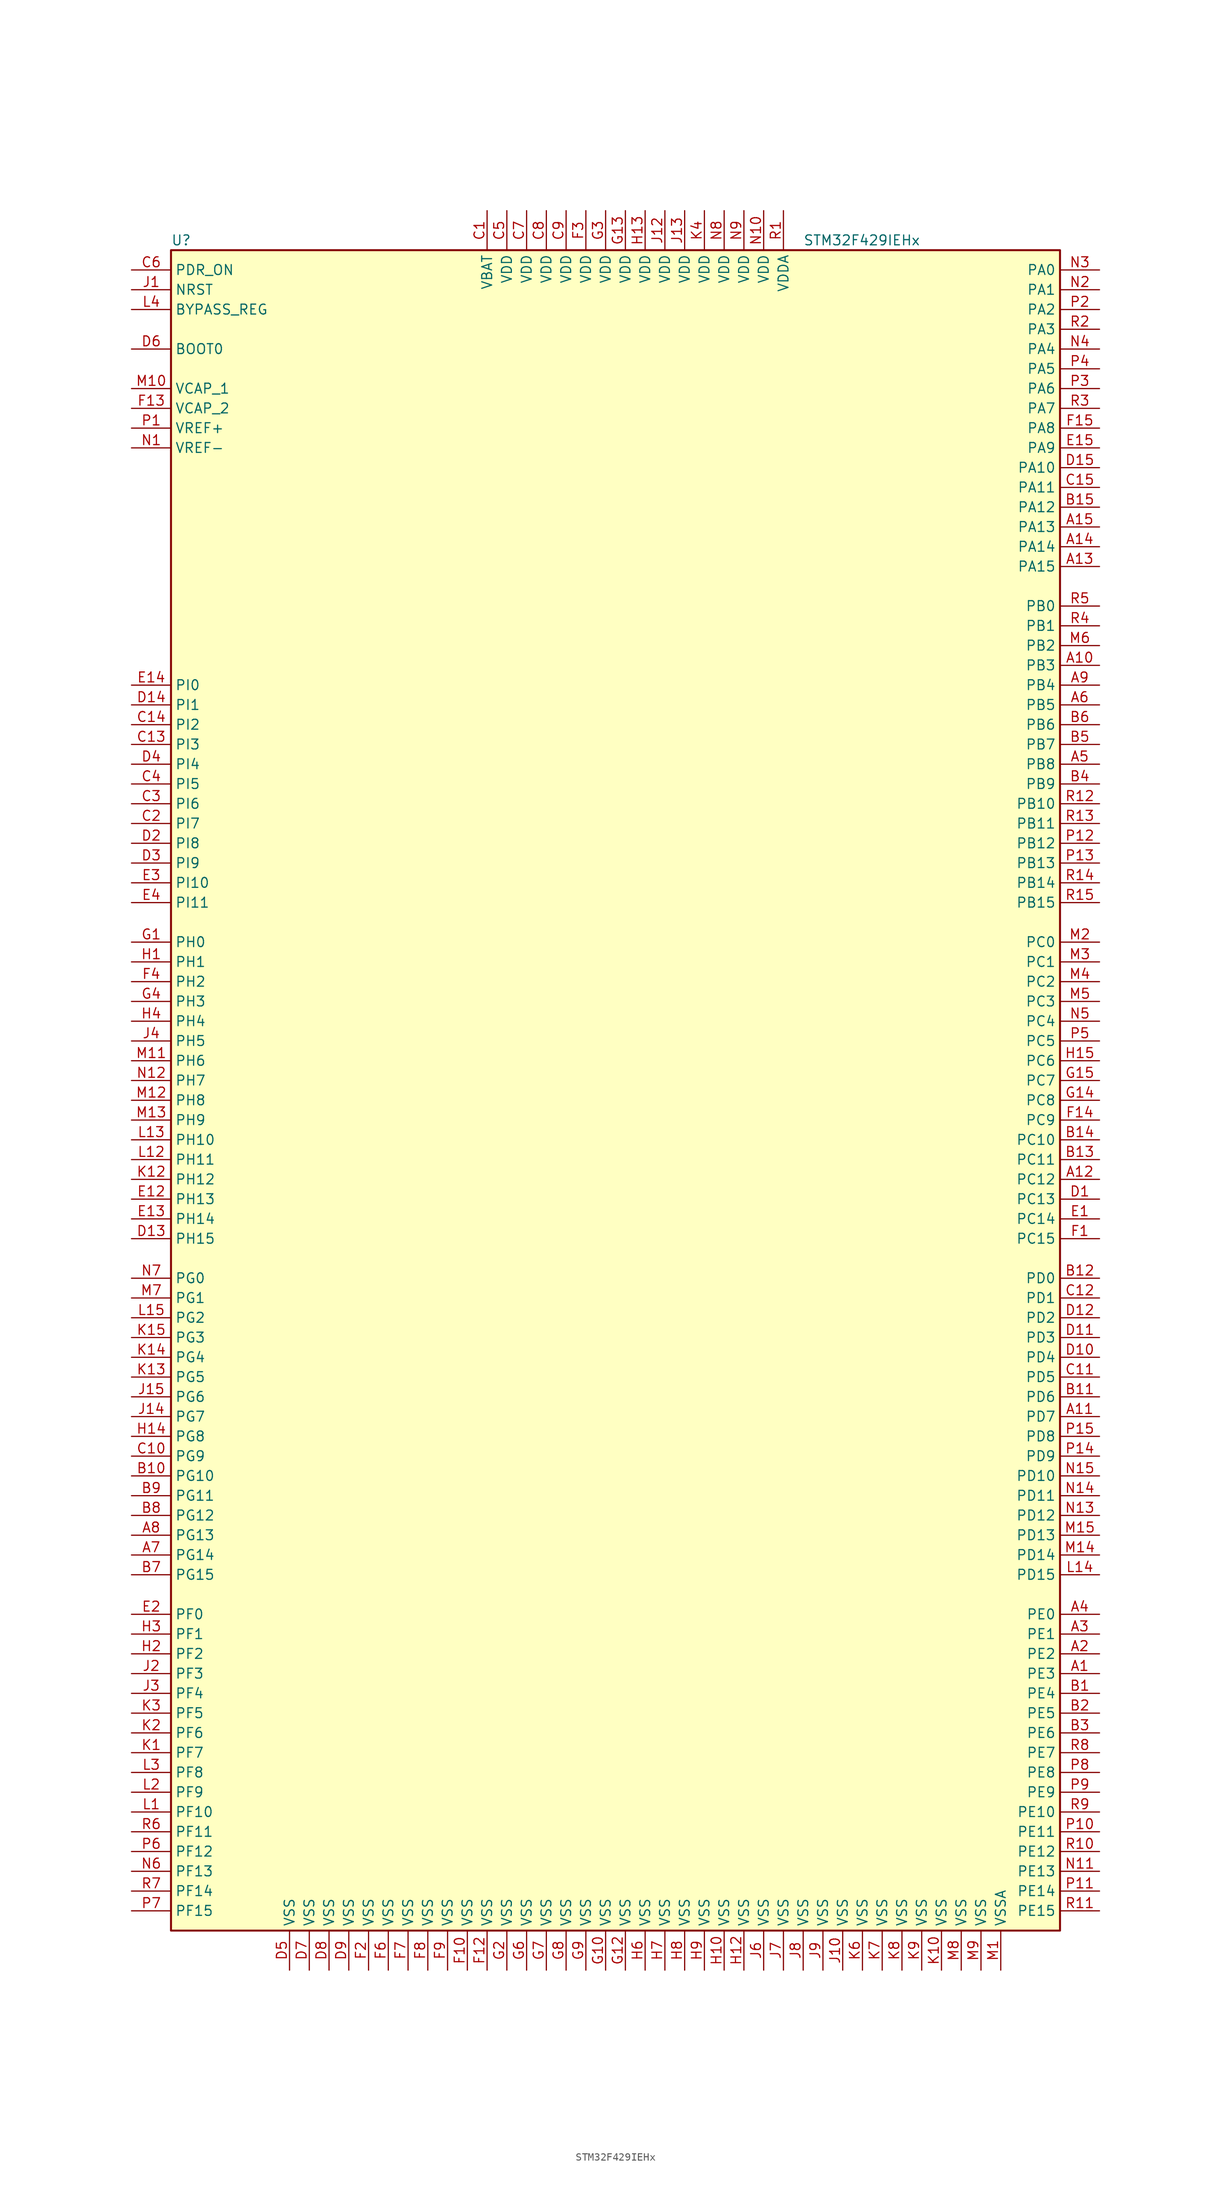
<source format=kicad_sym>
(kicad_symbol_lib
  (version 20201005)
  (generator kicad_symbol_editor)
  (symbol "STM32F429IEHx"
    (property "Reference" "U"
      (at -58.42 107.95 0)
      (effects (font (size 1.27 1.27)) (justify left)))
    (property "Value" "STM32F429IEHx"
      (at 22.86 107.95 0)
      (effects (font (size 1.27 1.27)) (justify left)))
    (symbol "STM32F429IEHx_0_1"
      (rectangle (start -58.42 -109.22) (end 55.88 106.68) (stroke (width 0.254)) (fill (type background))))
    (symbol "STM32F429IEHx_1_1"
      (pin bidirectional line (at 60.96 -76.2 180) (length 5.08) (name "PE3" (effects (font (size 1.27 1.27)))) (number "A1" (effects (font (size 1.27 1.27)))))
      (pin bidirectional line (at 60.96 53.34 180) (length 5.08) (name "PB3" (effects (font (size 1.27 1.27)))) (number "A10" (effects (font (size 1.27 1.27)))))
      (pin bidirectional line (at 60.96 -43.18 180) (length 5.08) (name "PD7" (effects (font (size 1.27 1.27)))) (number "A11" (effects (font (size 1.27 1.27)))))
      (pin bidirectional line (at 60.96 -12.7 180) (length 5.08) (name "PC12" (effects (font (size 1.27 1.27)))) (number "A12" (effects (font (size 1.27 1.27)))))
      (pin bidirectional line (at 60.96 66.04 180) (length 5.08) (name "PA15" (effects (font (size 1.27 1.27)))) (number "A13" (effects (font (size 1.27 1.27)))))
      (pin bidirectional line (at 60.96 68.58 180) (length 5.08) (name "PA14" (effects (font (size 1.27 1.27)))) (number "A14" (effects (font (size 1.27 1.27)))))
      (pin bidirectional line (at 60.96 71.12 180) (length 5.08) (name "PA13" (effects (font (size 1.27 1.27)))) (number "A15" (effects (font (size 1.27 1.27)))))
      (pin bidirectional line (at 60.96 -73.66 180) (length 5.08) (name "PE2" (effects (font (size 1.27 1.27)))) (number "A2" (effects (font (size 1.27 1.27)))))
      (pin bidirectional line (at 60.96 -71.12 180) (length 5.08) (name "PE1" (effects (font (size 1.27 1.27)))) (number "A3" (effects (font (size 1.27 1.27)))))
      (pin bidirectional line (at 60.96 -68.58 180) (length 5.08) (name "PE0" (effects (font (size 1.27 1.27)))) (number "A4" (effects (font (size 1.27 1.27)))))
      (pin bidirectional line (at 60.96 40.64 180) (length 5.08) (name "PB8" (effects (font (size 1.27 1.27)))) (number "A5" (effects (font (size 1.27 1.27)))))
      (pin bidirectional line (at 60.96 48.26 180) (length 5.08) (name "PB5" (effects (font (size 1.27 1.27)))) (number "A6" (effects (font (size 1.27 1.27)))))
      (pin bidirectional line (at -63.5 -60.96 0) (length 5.08) (name "PG14" (effects (font (size 1.27 1.27)))) (number "A7" (effects (font (size 1.27 1.27)))))
      (pin bidirectional line (at -63.5 -58.42 0) (length 5.08) (name "PG13" (effects (font (size 1.27 1.27)))) (number "A8" (effects (font (size 1.27 1.27)))))
      (pin bidirectional line (at 60.96 50.8 180) (length 5.08) (name "PB4" (effects (font (size 1.27 1.27)))) (number "A9" (effects (font (size 1.27 1.27)))))
      (pin bidirectional line (at 60.96 -78.74 180) (length 5.08) (name "PE4" (effects (font (size 1.27 1.27)))) (number "B1" (effects (font (size 1.27 1.27)))))
      (pin bidirectional line (at -63.5 -50.8 0) (length 5.08) (name "PG10" (effects (font (size 1.27 1.27)))) (number "B10" (effects (font (size 1.27 1.27)))))
      (pin bidirectional line (at 60.96 -40.64 180) (length 5.08) (name "PD6" (effects (font (size 1.27 1.27)))) (number "B11" (effects (font (size 1.27 1.27)))))
      (pin bidirectional line (at 60.96 -25.4 180) (length 5.08) (name "PD0" (effects (font (size 1.27 1.27)))) (number "B12" (effects (font (size 1.27 1.27)))))
      (pin bidirectional line (at 60.96 -10.16 180) (length 5.08) (name "PC11" (effects (font (size 1.27 1.27)))) (number "B13" (effects (font (size 1.27 1.27)))))
      (pin bidirectional line (at 60.96 -7.62 180) (length 5.08) (name "PC10" (effects (font (size 1.27 1.27)))) (number "B14" (effects (font (size 1.27 1.27)))))
      (pin bidirectional line (at 60.96 73.66 180) (length 5.08) (name "PA12" (effects (font (size 1.27 1.27)))) (number "B15" (effects (font (size 1.27 1.27)))))
      (pin bidirectional line (at 60.96 -81.28 180) (length 5.08) (name "PE5" (effects (font (size 1.27 1.27)))) (number "B2" (effects (font (size 1.27 1.27)))))
      (pin bidirectional line (at 60.96 -83.82 180) (length 5.08) (name "PE6" (effects (font (size 1.27 1.27)))) (number "B3" (effects (font (size 1.27 1.27)))))
      (pin bidirectional line (at 60.96 38.1 180) (length 5.08) (name "PB9" (effects (font (size 1.27 1.27)))) (number "B4" (effects (font (size 1.27 1.27)))))
      (pin bidirectional line (at 60.96 43.18 180) (length 5.08) (name "PB7" (effects (font (size 1.27 1.27)))) (number "B5" (effects (font (size 1.27 1.27)))))
      (pin bidirectional line (at 60.96 45.72 180) (length 5.08) (name "PB6" (effects (font (size 1.27 1.27)))) (number "B6" (effects (font (size 1.27 1.27)))))
      (pin bidirectional line (at -63.5 -63.5 0) (length 5.08) (name "PG15" (effects (font (size 1.27 1.27)))) (number "B7" (effects (font (size 1.27 1.27)))))
      (pin bidirectional line (at -63.5 -55.88 0) (length 5.08) (name "PG12" (effects (font (size 1.27 1.27)))) (number "B8" (effects (font (size 1.27 1.27)))))
      (pin bidirectional line (at -63.5 -53.34 0) (length 5.08) (name "PG11" (effects (font (size 1.27 1.27)))) (number "B9" (effects (font (size 1.27 1.27)))))
      (pin power_in line (at -17.78 111.76 270) (length 5.08) (name "VBAT" (effects (font (size 1.27 1.27)))) (number "C1" (effects (font (size 1.27 1.27)))))
      (pin bidirectional line (at -63.5 -48.26 0) (length 5.08) (name "PG9" (effects (font (size 1.27 1.27)))) (number "C10" (effects (font (size 1.27 1.27)))))
      (pin bidirectional line (at 60.96 -38.1 180) (length 5.08) (name "PD5" (effects (font (size 1.27 1.27)))) (number "C11" (effects (font (size 1.27 1.27)))))
      (pin bidirectional line (at 60.96 -27.94 180) (length 5.08) (name "PD1" (effects (font (size 1.27 1.27)))) (number "C12" (effects (font (size 1.27 1.27)))))
      (pin bidirectional line (at -63.5 43.18 0) (length 5.08) (name "PI3" (effects (font (size 1.27 1.27)))) (number "C13" (effects (font (size 1.27 1.27)))))
      (pin bidirectional line (at -63.5 45.72 0) (length 5.08) (name "PI2" (effects (font (size 1.27 1.27)))) (number "C14" (effects (font (size 1.27 1.27)))))
      (pin bidirectional line (at 60.96 76.2 180) (length 5.08) (name "PA11" (effects (font (size 1.27 1.27)))) (number "C15" (effects (font (size 1.27 1.27)))))
      (pin bidirectional line (at -63.5 33.02 0) (length 5.08) (name "PI7" (effects (font (size 1.27 1.27)))) (number "C2" (effects (font (size 1.27 1.27)))))
      (pin bidirectional line (at -63.5 35.56 0) (length 5.08) (name "PI6" (effects (font (size 1.27 1.27)))) (number "C3" (effects (font (size 1.27 1.27)))))
      (pin bidirectional line (at -63.5 38.1 0) (length 5.08) (name "PI5" (effects (font (size 1.27 1.27)))) (number "C4" (effects (font (size 1.27 1.27)))))
      (pin power_in line (at -15.24 111.76 270) (length 5.08) (name "VDD" (effects (font (size 1.27 1.27)))) (number "C5" (effects (font (size 1.27 1.27)))))
      (pin input line (at -63.5 104.14 0) (length 5.08) (name "PDR_ON" (effects (font (size 1.27 1.27)))) (number "C6" (effects (font (size 1.27 1.27)))))
      (pin power_in line (at -12.7 111.76 270) (length 5.08) (name "VDD" (effects (font (size 1.27 1.27)))) (number "C7" (effects (font (size 1.27 1.27)))))
      (pin power_in line (at -10.16 111.76 270) (length 5.08) (name "VDD" (effects (font (size 1.27 1.27)))) (number "C8" (effects (font (size 1.27 1.27)))))
      (pin power_in line (at -7.62 111.76 270) (length 5.08) (name "VDD" (effects (font (size 1.27 1.27)))) (number "C9" (effects (font (size 1.27 1.27)))))
      (pin bidirectional line (at 60.96 -15.24 180) (length 5.08) (name "PC13" (effects (font (size 1.27 1.27)))) (number "D1" (effects (font (size 1.27 1.27)))))
      (pin bidirectional line (at 60.96 -35.56 180) (length 5.08) (name "PD4" (effects (font (size 1.27 1.27)))) (number "D10" (effects (font (size 1.27 1.27)))))
      (pin bidirectional line (at 60.96 -33.02 180) (length 5.08) (name "PD3" (effects (font (size 1.27 1.27)))) (number "D11" (effects (font (size 1.27 1.27)))))
      (pin bidirectional line (at 60.96 -30.48 180) (length 5.08) (name "PD2" (effects (font (size 1.27 1.27)))) (number "D12" (effects (font (size 1.27 1.27)))))
      (pin bidirectional line (at -63.5 -20.32 0) (length 5.08) (name "PH15" (effects (font (size 1.27 1.27)))) (number "D13" (effects (font (size 1.27 1.27)))))
      (pin bidirectional line (at -63.5 48.26 0) (length 5.08) (name "PI1" (effects (font (size 1.27 1.27)))) (number "D14" (effects (font (size 1.27 1.27)))))
      (pin bidirectional line (at 60.96 78.74 180) (length 5.08) (name "PA10" (effects (font (size 1.27 1.27)))) (number "D15" (effects (font (size 1.27 1.27)))))
      (pin bidirectional line (at -63.5 30.48 0) (length 5.08) (name "PI8" (effects (font (size 1.27 1.27)))) (number "D2" (effects (font (size 1.27 1.27)))))
      (pin bidirectional line (at -63.5 27.94 0) (length 5.08) (name "PI9" (effects (font (size 1.27 1.27)))) (number "D3" (effects (font (size 1.27 1.27)))))
      (pin bidirectional line (at -63.5 40.64 0) (length 5.08) (name "PI4" (effects (font (size 1.27 1.27)))) (number "D4" (effects (font (size 1.27 1.27)))))
      (pin power_in line (at -43.18 -114.3 90) (length 5.08) (name "VSS" (effects (font (size 1.27 1.27)))) (number "D5" (effects (font (size 1.27 1.27)))))
      (pin input line (at -63.5 93.98 0) (length 5.08) (name "BOOT0" (effects (font (size 1.27 1.27)))) (number "D6" (effects (font (size 1.27 1.27)))))
      (pin power_in line (at -40.64 -114.3 90) (length 5.08) (name "VSS" (effects (font (size 1.27 1.27)))) (number "D7" (effects (font (size 1.27 1.27)))))
      (pin power_in line (at -38.1 -114.3 90) (length 5.08) (name "VSS" (effects (font (size 1.27 1.27)))) (number "D8" (effects (font (size 1.27 1.27)))))
      (pin power_in line (at -35.56 -114.3 90) (length 5.08) (name "VSS" (effects (font (size 1.27 1.27)))) (number "D9" (effects (font (size 1.27 1.27)))))
      (pin bidirectional line (at 60.96 -17.78 180) (length 5.08) (name "PC14" (effects (font (size 1.27 1.27)))) (number "E1" (effects (font (size 1.27 1.27)))))
      (pin bidirectional line (at -63.5 -15.24 0) (length 5.08) (name "PH13" (effects (font (size 1.27 1.27)))) (number "E12" (effects (font (size 1.27 1.27)))))
      (pin bidirectional line (at -63.5 -17.78 0) (length 5.08) (name "PH14" (effects (font (size 1.27 1.27)))) (number "E13" (effects (font (size 1.27 1.27)))))
      (pin bidirectional line (at -63.5 50.8 0) (length 5.08) (name "PI0" (effects (font (size 1.27 1.27)))) (number "E14" (effects (font (size 1.27 1.27)))))
      (pin bidirectional line (at 60.96 81.28 180) (length 5.08) (name "PA9" (effects (font (size 1.27 1.27)))) (number "E15" (effects (font (size 1.27 1.27)))))
      (pin bidirectional line (at -63.5 -68.58 0) (length 5.08) (name "PF0" (effects (font (size 1.27 1.27)))) (number "E2" (effects (font (size 1.27 1.27)))))
      (pin bidirectional line (at -63.5 25.4 0) (length 5.08) (name "PI10" (effects (font (size 1.27 1.27)))) (number "E3" (effects (font (size 1.27 1.27)))))
      (pin bidirectional line (at -63.5 22.86 0) (length 5.08) (name "PI11" (effects (font (size 1.27 1.27)))) (number "E4" (effects (font (size 1.27 1.27)))))
      (pin bidirectional line (at 60.96 -20.32 180) (length 5.08) (name "PC15" (effects (font (size 1.27 1.27)))) (number "F1" (effects (font (size 1.27 1.27)))))
      (pin power_in line (at -20.32 -114.3 90) (length 5.08) (name "VSS" (effects (font (size 1.27 1.27)))) (number "F10" (effects (font (size 1.27 1.27)))))
      (pin power_in line (at -17.78 -114.3 90) (length 5.08) (name "VSS" (effects (font (size 1.27 1.27)))) (number "F12" (effects (font (size 1.27 1.27)))))
      (pin power_in line (at -63.5 86.36 0) (length 5.08) (name "VCAP_2" (effects (font (size 1.27 1.27)))) (number "F13" (effects (font (size 1.27 1.27)))))
      (pin bidirectional line (at 60.96 -5.08 180) (length 5.08) (name "PC9" (effects (font (size 1.27 1.27)))) (number "F14" (effects (font (size 1.27 1.27)))))
      (pin bidirectional line (at 60.96 83.82 180) (length 5.08) (name "PA8" (effects (font (size 1.27 1.27)))) (number "F15" (effects (font (size 1.27 1.27)))))
      (pin power_in line (at -33.02 -114.3 90) (length 5.08) (name "VSS" (effects (font (size 1.27 1.27)))) (number "F2" (effects (font (size 1.27 1.27)))))
      (pin power_in line (at -5.08 111.76 270) (length 5.08) (name "VDD" (effects (font (size 1.27 1.27)))) (number "F3" (effects (font (size 1.27 1.27)))))
      (pin bidirectional line (at -63.5 12.7 0) (length 5.08) (name "PH2" (effects (font (size 1.27 1.27)))) (number "F4" (effects (font (size 1.27 1.27)))))
      (pin power_in line (at -30.48 -114.3 90) (length 5.08) (name "VSS" (effects (font (size 1.27 1.27)))) (number "F6" (effects (font (size 1.27 1.27)))))
      (pin power_in line (at -27.94 -114.3 90) (length 5.08) (name "VSS" (effects (font (size 1.27 1.27)))) (number "F7" (effects (font (size 1.27 1.27)))))
      (pin power_in line (at -25.4 -114.3 90) (length 5.08) (name "VSS" (effects (font (size 1.27 1.27)))) (number "F8" (effects (font (size 1.27 1.27)))))
      (pin power_in line (at -22.86 -114.3 90) (length 5.08) (name "VSS" (effects (font (size 1.27 1.27)))) (number "F9" (effects (font (size 1.27 1.27)))))
      (pin input line (at -63.5 17.78 0) (length 5.08) (name "PH0" (effects (font (size 1.27 1.27)))) (number "G1" (effects (font (size 1.27 1.27)))))
      (pin power_in line (at -2.54 -114.3 90) (length 5.08) (name "VSS" (effects (font (size 1.27 1.27)))) (number "G10" (effects (font (size 1.27 1.27)))))
      (pin power_in line (at 0 -114.3 90) (length 5.08) (name "VSS" (effects (font (size 1.27 1.27)))) (number "G12" (effects (font (size 1.27 1.27)))))
      (pin power_in line (at 0 111.76 270) (length 5.08) (name "VDD" (effects (font (size 1.27 1.27)))) (number "G13" (effects (font (size 1.27 1.27)))))
      (pin bidirectional line (at 60.96 -2.54 180) (length 5.08) (name "PC8" (effects (font (size 1.27 1.27)))) (number "G14" (effects (font (size 1.27 1.27)))))
      (pin bidirectional line (at 60.96 0 180) (length 5.08) (name "PC7" (effects (font (size 1.27 1.27)))) (number "G15" (effects (font (size 1.27 1.27)))))
      (pin power_in line (at -15.24 -114.3 90) (length 5.08) (name "VSS" (effects (font (size 1.27 1.27)))) (number "G2" (effects (font (size 1.27 1.27)))))
      (pin power_in line (at -2.54 111.76 270) (length 5.08) (name "VDD" (effects (font (size 1.27 1.27)))) (number "G3" (effects (font (size 1.27 1.27)))))
      (pin bidirectional line (at -63.5 10.16 0) (length 5.08) (name "PH3" (effects (font (size 1.27 1.27)))) (number "G4" (effects (font (size 1.27 1.27)))))
      (pin power_in line (at -12.7 -114.3 90) (length 5.08) (name "VSS" (effects (font (size 1.27 1.27)))) (number "G6" (effects (font (size 1.27 1.27)))))
      (pin power_in line (at -10.16 -114.3 90) (length 5.08) (name "VSS" (effects (font (size 1.27 1.27)))) (number "G7" (effects (font (size 1.27 1.27)))))
      (pin power_in line (at -7.62 -114.3 90) (length 5.08) (name "VSS" (effects (font (size 1.27 1.27)))) (number "G8" (effects (font (size 1.27 1.27)))))
      (pin power_in line (at -5.08 -114.3 90) (length 5.08) (name "VSS" (effects (font (size 1.27 1.27)))) (number "G9" (effects (font (size 1.27 1.27)))))
      (pin input line (at -63.5 15.24 0) (length 5.08) (name "PH1" (effects (font (size 1.27 1.27)))) (number "H1" (effects (font (size 1.27 1.27)))))
      (pin power_in line (at 12.7 -114.3 90) (length 5.08) (name "VSS" (effects (font (size 1.27 1.27)))) (number "H10" (effects (font (size 1.27 1.27)))))
      (pin power_in line (at 15.24 -114.3 90) (length 5.08) (name "VSS" (effects (font (size 1.27 1.27)))) (number "H12" (effects (font (size 1.27 1.27)))))
      (pin power_in line (at 2.54 111.76 270) (length 5.08) (name "VDD" (effects (font (size 1.27 1.27)))) (number "H13" (effects (font (size 1.27 1.27)))))
      (pin bidirectional line (at -63.5 -45.72 0) (length 5.08) (name "PG8" (effects (font (size 1.27 1.27)))) (number "H14" (effects (font (size 1.27 1.27)))))
      (pin bidirectional line (at 60.96 2.54 180) (length 5.08) (name "PC6" (effects (font (size 1.27 1.27)))) (number "H15" (effects (font (size 1.27 1.27)))))
      (pin bidirectional line (at -63.5 -73.66 0) (length 5.08) (name "PF2" (effects (font (size 1.27 1.27)))) (number "H2" (effects (font (size 1.27 1.27)))))
      (pin bidirectional line (at -63.5 -71.12 0) (length 5.08) (name "PF1" (effects (font (size 1.27 1.27)))) (number "H3" (effects (font (size 1.27 1.27)))))
      (pin bidirectional line (at -63.5 7.62 0) (length 5.08) (name "PH4" (effects (font (size 1.27 1.27)))) (number "H4" (effects (font (size 1.27 1.27)))))
      (pin power_in line (at 2.54 -114.3 90) (length 5.08) (name "VSS" (effects (font (size 1.27 1.27)))) (number "H6" (effects (font (size 1.27 1.27)))))
      (pin power_in line (at 5.08 -114.3 90) (length 5.08) (name "VSS" (effects (font (size 1.27 1.27)))) (number "H7" (effects (font (size 1.27 1.27)))))
      (pin power_in line (at 7.62 -114.3 90) (length 5.08) (name "VSS" (effects (font (size 1.27 1.27)))) (number "H8" (effects (font (size 1.27 1.27)))))
      (pin power_in line (at 10.16 -114.3 90) (length 5.08) (name "VSS" (effects (font (size 1.27 1.27)))) (number "H9" (effects (font (size 1.27 1.27)))))
      (pin input line (at -63.5 101.6 0) (length 5.08) (name "NRST" (effects (font (size 1.27 1.27)))) (number "J1" (effects (font (size 1.27 1.27)))))
      (pin power_in line (at 27.94 -114.3 90) (length 5.08) (name "VSS" (effects (font (size 1.27 1.27)))) (number "J10" (effects (font (size 1.27 1.27)))))
      (pin power_in line (at 5.08 111.76 270) (length 5.08) (name "VDD" (effects (font (size 1.27 1.27)))) (number "J12" (effects (font (size 1.27 1.27)))))
      (pin power_in line (at 7.62 111.76 270) (length 5.08) (name "VDD" (effects (font (size 1.27 1.27)))) (number "J13" (effects (font (size 1.27 1.27)))))
      (pin bidirectional line (at -63.5 -43.18 0) (length 5.08) (name "PG7" (effects (font (size 1.27 1.27)))) (number "J14" (effects (font (size 1.27 1.27)))))
      (pin bidirectional line (at -63.5 -40.64 0) (length 5.08) (name "PG6" (effects (font (size 1.27 1.27)))) (number "J15" (effects (font (size 1.27 1.27)))))
      (pin bidirectional line (at -63.5 -76.2 0) (length 5.08) (name "PF3" (effects (font (size 1.27 1.27)))) (number "J2" (effects (font (size 1.27 1.27)))))
      (pin bidirectional line (at -63.5 -78.74 0) (length 5.08) (name "PF4" (effects (font (size 1.27 1.27)))) (number "J3" (effects (font (size 1.27 1.27)))))
      (pin bidirectional line (at -63.5 5.08 0) (length 5.08) (name "PH5" (effects (font (size 1.27 1.27)))) (number "J4" (effects (font (size 1.27 1.27)))))
      (pin power_in line (at 17.78 -114.3 90) (length 5.08) (name "VSS" (effects (font (size 1.27 1.27)))) (number "J6" (effects (font (size 1.27 1.27)))))
      (pin power_in line (at 20.32 -114.3 90) (length 5.08) (name "VSS" (effects (font (size 1.27 1.27)))) (number "J7" (effects (font (size 1.27 1.27)))))
      (pin power_in line (at 22.86 -114.3 90) (length 5.08) (name "VSS" (effects (font (size 1.27 1.27)))) (number "J8" (effects (font (size 1.27 1.27)))))
      (pin power_in line (at 25.4 -114.3 90) (length 5.08) (name "VSS" (effects (font (size 1.27 1.27)))) (number "J9" (effects (font (size 1.27 1.27)))))
      (pin bidirectional line (at -63.5 -86.36 0) (length 5.08) (name "PF7" (effects (font (size 1.27 1.27)))) (number "K1" (effects (font (size 1.27 1.27)))))
      (pin power_in line (at 40.64 -114.3 90) (length 5.08) (name "VSS" (effects (font (size 1.27 1.27)))) (number "K10" (effects (font (size 1.27 1.27)))))
      (pin bidirectional line (at -63.5 -12.7 0) (length 5.08) (name "PH12" (effects (font (size 1.27 1.27)))) (number "K12" (effects (font (size 1.27 1.27)))))
      (pin bidirectional line (at -63.5 -38.1 0) (length 5.08) (name "PG5" (effects (font (size 1.27 1.27)))) (number "K13" (effects (font (size 1.27 1.27)))))
      (pin bidirectional line (at -63.5 -35.56 0) (length 5.08) (name "PG4" (effects (font (size 1.27 1.27)))) (number "K14" (effects (font (size 1.27 1.27)))))
      (pin bidirectional line (at -63.5 -33.02 0) (length 5.08) (name "PG3" (effects (font (size 1.27 1.27)))) (number "K15" (effects (font (size 1.27 1.27)))))
      (pin bidirectional line (at -63.5 -83.82 0) (length 5.08) (name "PF6" (effects (font (size 1.27 1.27)))) (number "K2" (effects (font (size 1.27 1.27)))))
      (pin bidirectional line (at -63.5 -81.28 0) (length 5.08) (name "PF5" (effects (font (size 1.27 1.27)))) (number "K3" (effects (font (size 1.27 1.27)))))
      (pin power_in line (at 10.16 111.76 270) (length 5.08) (name "VDD" (effects (font (size 1.27 1.27)))) (number "K4" (effects (font (size 1.27 1.27)))))
      (pin power_in line (at 30.48 -114.3 90) (length 5.08) (name "VSS" (effects (font (size 1.27 1.27)))) (number "K6" (effects (font (size 1.27 1.27)))))
      (pin power_in line (at 33.02 -114.3 90) (length 5.08) (name "VSS" (effects (font (size 1.27 1.27)))) (number "K7" (effects (font (size 1.27 1.27)))))
      (pin power_in line (at 35.56 -114.3 90) (length 5.08) (name "VSS" (effects (font (size 1.27 1.27)))) (number "K8" (effects (font (size 1.27 1.27)))))
      (pin power_in line (at 38.1 -114.3 90) (length 5.08) (name "VSS" (effects (font (size 1.27 1.27)))) (number "K9" (effects (font (size 1.27 1.27)))))
      (pin bidirectional line (at -63.5 -93.98 0) (length 5.08) (name "PF10" (effects (font (size 1.27 1.27)))) (number "L1" (effects (font (size 1.27 1.27)))))
      (pin bidirectional line (at -63.5 -10.16 0) (length 5.08) (name "PH11" (effects (font (size 1.27 1.27)))) (number "L12" (effects (font (size 1.27 1.27)))))
      (pin bidirectional line (at -63.5 -7.62 0) (length 5.08) (name "PH10" (effects (font (size 1.27 1.27)))) (number "L13" (effects (font (size 1.27 1.27)))))
      (pin bidirectional line (at 60.96 -63.5 180) (length 5.08) (name "PD15" (effects (font (size 1.27 1.27)))) (number "L14" (effects (font (size 1.27 1.27)))))
      (pin bidirectional line (at -63.5 -30.48 0) (length 5.08) (name "PG2" (effects (font (size 1.27 1.27)))) (number "L15" (effects (font (size 1.27 1.27)))))
      (pin bidirectional line (at -63.5 -91.44 0) (length 5.08) (name "PF9" (effects (font (size 1.27 1.27)))) (number "L2" (effects (font (size 1.27 1.27)))))
      (pin bidirectional line (at -63.5 -88.9 0) (length 5.08) (name "PF8" (effects (font (size 1.27 1.27)))) (number "L3" (effects (font (size 1.27 1.27)))))
      (pin input line (at -63.5 99.06 0) (length 5.08) (name "BYPASS_REG" (effects (font (size 1.27 1.27)))) (number "L4" (effects (font (size 1.27 1.27)))))
      (pin power_in line (at 48.26 -114.3 90) (length 5.08) (name "VSSA" (effects (font (size 1.27 1.27)))) (number "M1" (effects (font (size 1.27 1.27)))))
      (pin power_in line (at -63.5 88.9 0) (length 5.08) (name "VCAP_1" (effects (font (size 1.27 1.27)))) (number "M10" (effects (font (size 1.27 1.27)))))
      (pin bidirectional line (at -63.5 2.54 0) (length 5.08) (name "PH6" (effects (font (size 1.27 1.27)))) (number "M11" (effects (font (size 1.27 1.27)))))
      (pin bidirectional line (at -63.5 -2.54 0) (length 5.08) (name "PH8" (effects (font (size 1.27 1.27)))) (number "M12" (effects (font (size 1.27 1.27)))))
      (pin bidirectional line (at -63.5 -5.08 0) (length 5.08) (name "PH9" (effects (font (size 1.27 1.27)))) (number "M13" (effects (font (size 1.27 1.27)))))
      (pin bidirectional line (at 60.96 -60.96 180) (length 5.08) (name "PD14" (effects (font (size 1.27 1.27)))) (number "M14" (effects (font (size 1.27 1.27)))))
      (pin bidirectional line (at 60.96 -58.42 180) (length 5.08) (name "PD13" (effects (font (size 1.27 1.27)))) (number "M15" (effects (font (size 1.27 1.27)))))
      (pin bidirectional line (at 60.96 17.78 180) (length 5.08) (name "PC0" (effects (font (size 1.27 1.27)))) (number "M2" (effects (font (size 1.27 1.27)))))
      (pin bidirectional line (at 60.96 15.24 180) (length 5.08) (name "PC1" (effects (font (size 1.27 1.27)))) (number "M3" (effects (font (size 1.27 1.27)))))
      (pin bidirectional line (at 60.96 12.7 180) (length 5.08) (name "PC2" (effects (font (size 1.27 1.27)))) (number "M4" (effects (font (size 1.27 1.27)))))
      (pin bidirectional line (at 60.96 10.16 180) (length 5.08) (name "PC3" (effects (font (size 1.27 1.27)))) (number "M5" (effects (font (size 1.27 1.27)))))
      (pin bidirectional line (at 60.96 55.88 180) (length 5.08) (name "PB2" (effects (font (size 1.27 1.27)))) (number "M6" (effects (font (size 1.27 1.27)))))
      (pin bidirectional line (at -63.5 -27.94 0) (length 5.08) (name "PG1" (effects (font (size 1.27 1.27)))) (number "M7" (effects (font (size 1.27 1.27)))))
      (pin power_in line (at 43.18 -114.3 90) (length 5.08) (name "VSS" (effects (font (size 1.27 1.27)))) (number "M8" (effects (font (size 1.27 1.27)))))
      (pin power_in line (at 45.72 -114.3 90) (length 5.08) (name "VSS" (effects (font (size 1.27 1.27)))) (number "M9" (effects (font (size 1.27 1.27)))))
      (pin power_in line (at -63.5 81.28 0) (length 5.08) (name "VREF-" (effects (font (size 1.27 1.27)))) (number "N1" (effects (font (size 1.27 1.27)))))
      (pin power_in line (at 17.78 111.76 270) (length 5.08) (name "VDD" (effects (font (size 1.27 1.27)))) (number "N10" (effects (font (size 1.27 1.27)))))
      (pin bidirectional line (at 60.96 -101.6 180) (length 5.08) (name "PE13" (effects (font (size 1.27 1.27)))) (number "N11" (effects (font (size 1.27 1.27)))))
      (pin bidirectional line (at -63.5 0 0) (length 5.08) (name "PH7" (effects (font (size 1.27 1.27)))) (number "N12" (effects (font (size 1.27 1.27)))))
      (pin bidirectional line (at 60.96 -55.88 180) (length 5.08) (name "PD12" (effects (font (size 1.27 1.27)))) (number "N13" (effects (font (size 1.27 1.27)))))
      (pin bidirectional line (at 60.96 -53.34 180) (length 5.08) (name "PD11" (effects (font (size 1.27 1.27)))) (number "N14" (effects (font (size 1.27 1.27)))))
      (pin bidirectional line (at 60.96 -50.8 180) (length 5.08) (name "PD10" (effects (font (size 1.27 1.27)))) (number "N15" (effects (font (size 1.27 1.27)))))
      (pin bidirectional line (at 60.96 101.6 180) (length 5.08) (name "PA1" (effects (font (size 1.27 1.27)))) (number "N2" (effects (font (size 1.27 1.27)))))
      (pin bidirectional line (at 60.96 104.14 180) (length 5.08) (name "PA0" (effects (font (size 1.27 1.27)))) (number "N3" (effects (font (size 1.27 1.27)))))
      (pin bidirectional line (at 60.96 93.98 180) (length 5.08) (name "PA4" (effects (font (size 1.27 1.27)))) (number "N4" (effects (font (size 1.27 1.27)))))
      (pin bidirectional line (at 60.96 7.62 180) (length 5.08) (name "PC4" (effects (font (size 1.27 1.27)))) (number "N5" (effects (font (size 1.27 1.27)))))
      (pin bidirectional line (at -63.5 -101.6 0) (length 5.08) (name "PF13" (effects (font (size 1.27 1.27)))) (number "N6" (effects (font (size 1.27 1.27)))))
      (pin bidirectional line (at -63.5 -25.4 0) (length 5.08) (name "PG0" (effects (font (size 1.27 1.27)))) (number "N7" (effects (font (size 1.27 1.27)))))
      (pin power_in line (at 12.7 111.76 270) (length 5.08) (name "VDD" (effects (font (size 1.27 1.27)))) (number "N8" (effects (font (size 1.27 1.27)))))
      (pin power_in line (at 15.24 111.76 270) (length 5.08) (name "VDD" (effects (font (size 1.27 1.27)))) (number "N9" (effects (font (size 1.27 1.27)))))
      (pin power_in line (at -63.5 83.82 0) (length 5.08) (name "VREF+" (effects (font (size 1.27 1.27)))) (number "P1" (effects (font (size 1.27 1.27)))))
      (pin bidirectional line (at 60.96 -96.52 180) (length 5.08) (name "PE11" (effects (font (size 1.27 1.27)))) (number "P10" (effects (font (size 1.27 1.27)))))
      (pin bidirectional line (at 60.96 -104.14 180) (length 5.08) (name "PE14" (effects (font (size 1.27 1.27)))) (number "P11" (effects (font (size 1.27 1.27)))))
      (pin bidirectional line (at 60.96 30.48 180) (length 5.08) (name "PB12" (effects (font (size 1.27 1.27)))) (number "P12" (effects (font (size 1.27 1.27)))))
      (pin bidirectional line (at 60.96 27.94 180) (length 5.08) (name "PB13" (effects (font (size 1.27 1.27)))) (number "P13" (effects (font (size 1.27 1.27)))))
      (pin bidirectional line (at 60.96 -48.26 180) (length 5.08) (name "PD9" (effects (font (size 1.27 1.27)))) (number "P14" (effects (font (size 1.27 1.27)))))
      (pin bidirectional line (at 60.96 -45.72 180) (length 5.08) (name "PD8" (effects (font (size 1.27 1.27)))) (number "P15" (effects (font (size 1.27 1.27)))))
      (pin bidirectional line (at 60.96 99.06 180) (length 5.08) (name "PA2" (effects (font (size 1.27 1.27)))) (number "P2" (effects (font (size 1.27 1.27)))))
      (pin bidirectional line (at 60.96 88.9 180) (length 5.08) (name "PA6" (effects (font (size 1.27 1.27)))) (number "P3" (effects (font (size 1.27 1.27)))))
      (pin bidirectional line (at 60.96 91.44 180) (length 5.08) (name "PA5" (effects (font (size 1.27 1.27)))) (number "P4" (effects (font (size 1.27 1.27)))))
      (pin bidirectional line (at 60.96 5.08 180) (length 5.08) (name "PC5" (effects (font (size 1.27 1.27)))) (number "P5" (effects (font (size 1.27 1.27)))))
      (pin bidirectional line (at -63.5 -99.06 0) (length 5.08) (name "PF12" (effects (font (size 1.27 1.27)))) (number "P6" (effects (font (size 1.27 1.27)))))
      (pin bidirectional line (at -63.5 -106.68 0) (length 5.08) (name "PF15" (effects (font (size 1.27 1.27)))) (number "P7" (effects (font (size 1.27 1.27)))))
      (pin bidirectional line (at 60.96 -88.9 180) (length 5.08) (name "PE8" (effects (font (size 1.27 1.27)))) (number "P8" (effects (font (size 1.27 1.27)))))
      (pin bidirectional line (at 60.96 -91.44 180) (length 5.08) (name "PE9" (effects (font (size 1.27 1.27)))) (number "P9" (effects (font (size 1.27 1.27)))))
      (pin power_in line (at 20.32 111.76 270) (length 5.08) (name "VDDA" (effects (font (size 1.27 1.27)))) (number "R1" (effects (font (size 1.27 1.27)))))
      (pin bidirectional line (at 60.96 -99.06 180) (length 5.08) (name "PE12" (effects (font (size 1.27 1.27)))) (number "R10" (effects (font (size 1.27 1.27)))))
      (pin bidirectional line (at 60.96 -106.68 180) (length 5.08) (name "PE15" (effects (font (size 1.27 1.27)))) (number "R11" (effects (font (size 1.27 1.27)))))
      (pin bidirectional line (at 60.96 35.56 180) (length 5.08) (name "PB10" (effects (font (size 1.27 1.27)))) (number "R12" (effects (font (size 1.27 1.27)))))
      (pin bidirectional line (at 60.96 33.02 180) (length 5.08) (name "PB11" (effects (font (size 1.27 1.27)))) (number "R13" (effects (font (size 1.27 1.27)))))
      (pin bidirectional line (at 60.96 25.4 180) (length 5.08) (name "PB14" (effects (font (size 1.27 1.27)))) (number "R14" (effects (font (size 1.27 1.27)))))
      (pin bidirectional line (at 60.96 22.86 180) (length 5.08) (name "PB15" (effects (font (size 1.27 1.27)))) (number "R15" (effects (font (size 1.27 1.27)))))
      (pin bidirectional line (at 60.96 96.52 180) (length 5.08) (name "PA3" (effects (font (size 1.27 1.27)))) (number "R2" (effects (font (size 1.27 1.27)))))
      (pin bidirectional line (at 60.96 86.36 180) (length 5.08) (name "PA7" (effects (font (size 1.27 1.27)))) (number "R3" (effects (font (size 1.27 1.27)))))
      (pin bidirectional line (at 60.96 58.42 180) (length 5.08) (name "PB1" (effects (font (size 1.27 1.27)))) (number "R4" (effects (font (size 1.27 1.27)))))
      (pin bidirectional line (at 60.96 60.96 180) (length 5.08) (name "PB0" (effects (font (size 1.27 1.27)))) (number "R5" (effects (font (size 1.27 1.27)))))
      (pin bidirectional line (at -63.5 -96.52 0) (length 5.08) (name "PF11" (effects (font (size 1.27 1.27)))) (number "R6" (effects (font (size 1.27 1.27)))))
      (pin bidirectional line (at -63.5 -104.14 0) (length 5.08) (name "PF14" (effects (font (size 1.27 1.27)))) (number "R7" (effects (font (size 1.27 1.27)))))
      (pin bidirectional line (at 60.96 -86.36 180) (length 5.08) (name "PE7" (effects (font (size 1.27 1.27)))) (number "R8" (effects (font (size 1.27 1.27)))))
      (pin bidirectional line (at 60.96 -93.98 180) (length 5.08) (name "PE10" (effects (font (size 1.27 1.27)))) (number "R9" (effects (font (size 1.27 1.27))))))))
</source>
